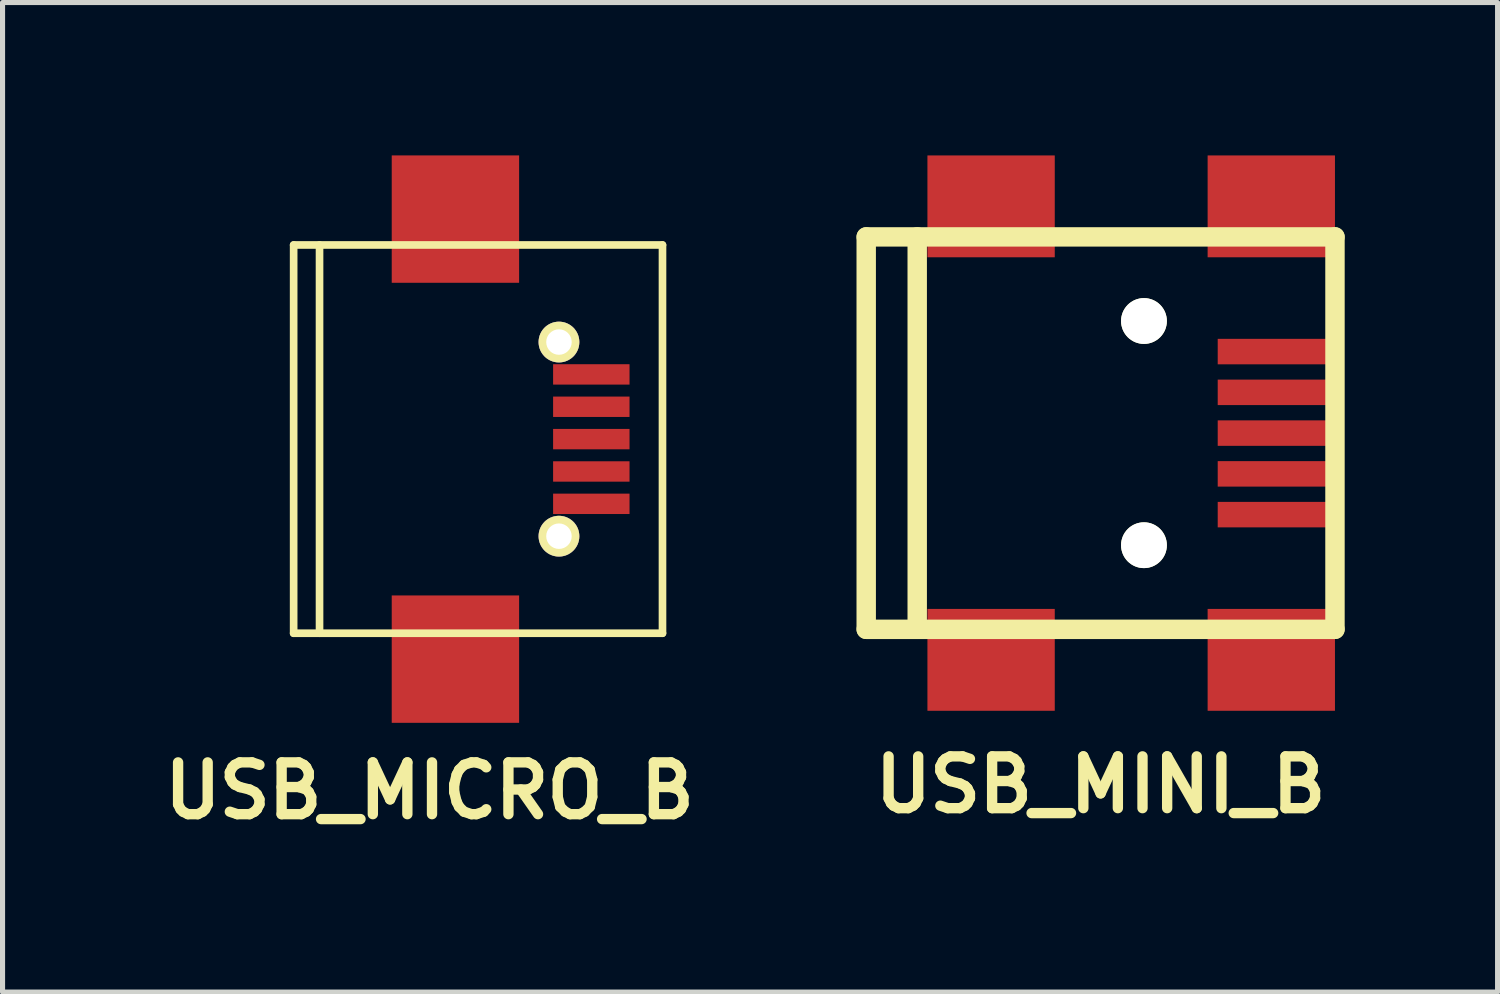
<source format=kicad_pcb>
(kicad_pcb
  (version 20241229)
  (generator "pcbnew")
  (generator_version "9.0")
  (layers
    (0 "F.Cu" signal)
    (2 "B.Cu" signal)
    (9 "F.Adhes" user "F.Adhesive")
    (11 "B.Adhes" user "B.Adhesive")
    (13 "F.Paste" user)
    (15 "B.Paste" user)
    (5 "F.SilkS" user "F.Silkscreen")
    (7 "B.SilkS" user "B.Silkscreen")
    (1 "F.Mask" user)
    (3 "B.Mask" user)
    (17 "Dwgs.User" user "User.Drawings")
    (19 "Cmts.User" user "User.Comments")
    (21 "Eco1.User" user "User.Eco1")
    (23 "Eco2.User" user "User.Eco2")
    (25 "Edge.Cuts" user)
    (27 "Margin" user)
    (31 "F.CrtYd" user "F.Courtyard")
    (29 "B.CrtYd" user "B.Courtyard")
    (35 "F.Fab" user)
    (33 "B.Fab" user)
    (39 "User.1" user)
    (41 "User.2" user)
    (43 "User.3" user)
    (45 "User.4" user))
  (footprint "USB_MICRO_B"
    (layer "F.Cu")
    (at 5.38 5.568)
    (property "Reference" "USB_MICRO_B" (at 0 6.901 0) (layer "F.SilkS") (effects (font (size 1.016 1.016) (thickness 0.203))))
    (attr through_hole)
    (fp_line (start -2.667 3.81) (end -2.667 -3.81) (stroke (width 0.15) (type solid)) (layer "F.SilkS"))
    (fp_line (start -2.667 3.81) (end 4.572 3.81) (stroke (width 0.15) (type solid)) (layer "F.SilkS"))
    (fp_line (start -2.159 -3.81) (end -2.159 3.81) (stroke (width 0.15) (type solid)) (layer "F.SilkS"))
    (fp_line (start 4.572 -3.81) (end -2.667 -3.81) (stroke (width 0.15) (type solid)) (layer "F.SilkS"))
    (fp_line (start 4.572 -3.81) (end 4.572 3.81) (stroke (width 0.15) (type solid)) (layer "F.SilkS"))
    (pad "" np_thru_hole circle (at 2.54 -1.905) (size 0.8 0.8) (drill 0.5) (layers "*.Cu" "*.Mask" "F.SilkS"))
    (pad "" np_thru_hole circle (at 2.54 1.905) (size 0.8 0.8) (drill 0.5) (layers "*.Cu" "*.Mask" "F.SilkS"))
    (pad "1" smd rect (at 3.175 -1.27) (size 1.5 0.4) (layers "F.Cu" "F.Mask" "F.Paste"))
    (pad "2" smd rect (at 3.175 -0.635) (size 1.5 0.4) (layers "F.Cu" "F.Mask" "F.Paste"))
    (pad "3" smd rect (at 3.175 0) (size 1.5 0.4) (layers "F.Cu" "F.Mask" "F.Paste"))
    (pad "4" smd rect (at 3.175 0.635) (size 1.5 0.4) (layers "F.Cu" "F.Mask" "F.Paste"))
    (pad "5" smd rect (at 3.175 1.27) (size 1.5 0.4) (layers "F.Cu" "F.Mask" "F.Paste"))
    (pad "6" smd rect (at 0.508 -4.318) (size 2.5 2.5) (layers "F.Cu" "F.Mask" "F.Paste"))
    (pad "7" smd rect (at 0.508 4.318) (size 2.5 2.5) (layers "F.Cu" "F.Mask" "F.Paste")))
  (footprint "USB_MINI_B"
    (layer "F.Cu")
    (at 18.55 5.45)
    (property "Reference" "USB_MINI_B" (at 0 6.901 0) (layer "F.SilkS") (effects (font (size 1.016 1.016) (thickness 0.203))))
    (attr through_hole)
    (fp_line (start -4.6 -3.851) (end -4.6 3.851) (stroke (width 0.381) (type solid)) (layer "F.SilkS"))
    (fp_line (start -4.6 3.851) (end 4.6 3.851) (stroke (width 0.381) (type solid)) (layer "F.SilkS"))
    (fp_line (start -3.599 -3.851) (end -3.599 3.851) (stroke (width 0.381) (type solid)) (layer "F.SilkS"))
    (fp_line (start 4.6 -3.851) (end -4.6 -3.851) (stroke (width 0.381) (type solid)) (layer "F.SilkS"))
    (fp_line (start 4.6 3.851) (end 4.6 -3.851) (stroke (width 0.381) (type solid)) (layer "F.SilkS"))
    (pad "" np_thru_hole circle (at 0.851 -2.2) (size 0.899 0.899) (drill 0.899) (layers "*.Cu" "*.Mask" "F.SilkS"))
    (pad "" np_thru_hole circle (at 0.851 2.2) (size 0.899 0.899) (drill 0.899) (layers "*.Cu" "*.Mask" "F.SilkS"))
    (pad "1" smd rect (at 3.449 -1.6) (size 2.301 0.5) (layers "F.Cu" "F.Mask" "F.Paste"))
    (pad "2" smd rect (at 3.449 -0.8) (size 2.301 0.5) (layers "F.Cu" "F.Mask" "F.Paste"))
    (pad "3" smd rect (at 3.449 0) (size 2.301 0.5) (layers "F.Cu" "F.Mask" "F.Paste"))
    (pad "4" smd rect (at 3.449 0.8) (size 2.301 0.5) (layers "F.Cu" "F.Mask" "F.Paste"))
    (pad "5" smd rect (at 3.449 1.6) (size 2.301 0.5) (layers "F.Cu" "F.Mask" "F.Paste"))
    (pad "6" smd rect (at 3.35 -4.45) (size 2.499 1.999) (layers "F.Cu" "F.Mask" "F.Paste"))
    (pad "7" smd rect (at -2.149 -4.45) (size 2.499 1.999) (layers "F.Cu" "F.Mask" "F.Paste"))
    (pad "8" smd rect (at 3.35 4.45) (size 2.499 1.999) (layers "F.Cu" "F.Mask" "F.Paste"))
    (pad "9" smd rect (at -2.149 4.45) (size 2.499 1.999) (layers "F.Cu" "F.Mask" "F.Paste")))
  (gr_rect
    (start -3 -3)
    (end 26.341 16.42)
    (stroke (width 0.1) (type default))
    (fill no)
    (layer "Edge.Cuts")))
</source>
